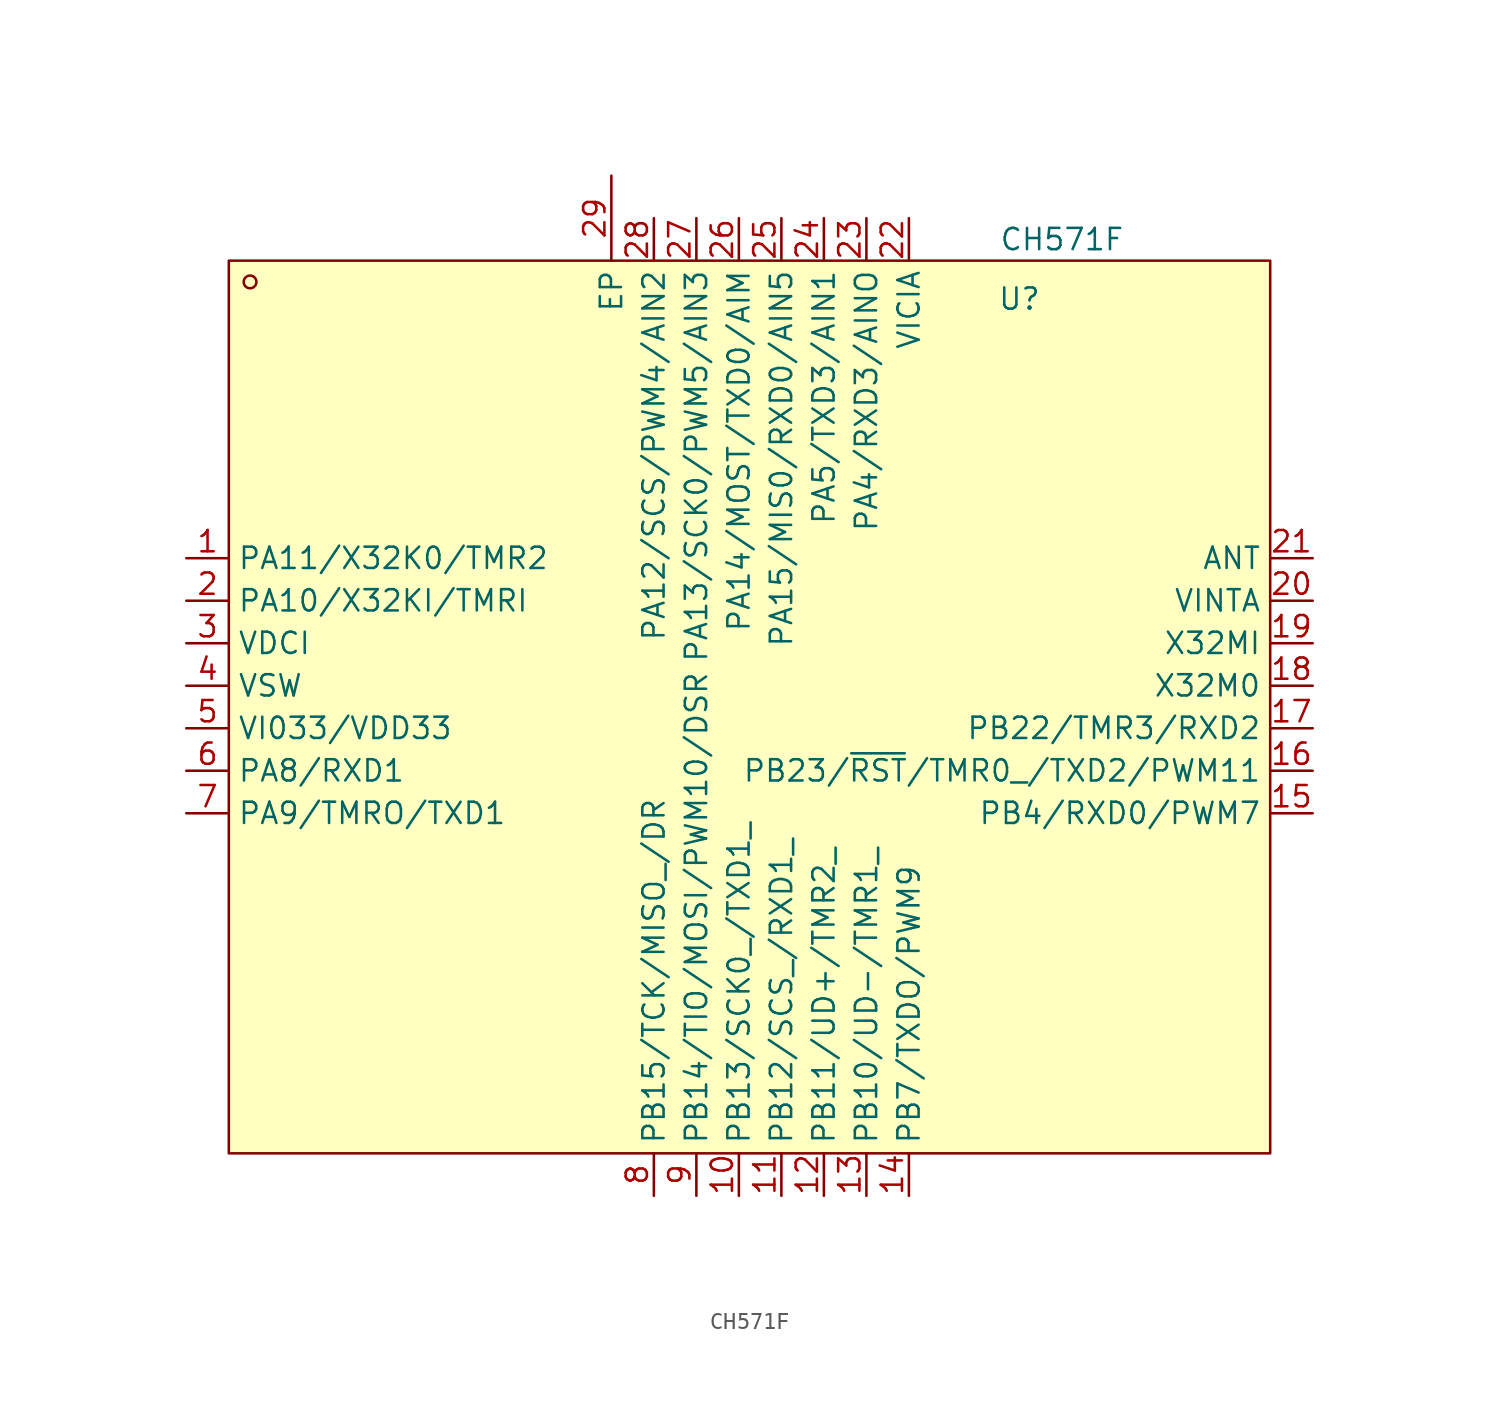
<source format=kicad_sym>
(kicad_symbol_lib
  (version 20231120)
  (generator "kicad_symbol_editor")
  (generator_version "8.0")
  (symbol "CH571F"
    (property "Reference" "U"
      (at 9.144 43.434 0)
      (effects (font (size 1.27 1.27))))
    (property "Value" "CH571F"
      (at 11.684 46.99 0)
      (effects (font (size 1.27 1.27))))
    (symbol "CH571F_0_1"
      (rectangle (start -38.1 45.72) (end 24.13 -7.62) (stroke (width 0) (type default)) (fill (type background)))
      (circle (center -36.83 44.45) (radius 0.38) (stroke (width 0) (type default)) (fill (type none)))
      (pin unspecified line (at -40.64 27.94 0) (length 2.54) (name "PA11/X32K0/TMR2" (effects (font (size 1.27 1.27)))) (number "1" (effects (font (size 1.27 1.27)))))
      (pin unspecified line (at -7.62 -10.16 90) (length 2.54) (name "PB13/SCK0_/TXD1_" (effects (font (size 1.27 1.27)))) (number "10" (effects (font (size 1.27 1.27)))))
      (pin unspecified line (at -5.08 -10.16 90) (length 2.54) (name "PB12/SCS_/RXD1_" (effects (font (size 1.27 1.27)))) (number "11" (effects (font (size 1.27 1.27)))))
      (pin unspecified line (at -2.54 -10.16 90) (length 2.54) (name "PB11/UD+/TMR2_" (effects (font (size 1.27 1.27)))) (number "12" (effects (font (size 1.27 1.27)))))
      (pin unspecified line (at 0 -10.16 90) (length 2.54) (name "PB10/UD-/TMR1_" (effects (font (size 1.27 1.27)))) (number "13" (effects (font (size 1.27 1.27)))))
      (pin unspecified line (at 2.54 -10.16 90) (length 2.54) (name "PB7/TXDO/PWM9" (effects (font (size 1.27 1.27)))) (number "14" (effects (font (size 1.27 1.27)))))
      (pin unspecified line (at 26.67 12.7 180) (length 2.54) (name "PB4/RXD0/PWM7" (effects (font (size 1.27 1.27)))) (number "15" (effects (font (size 1.27 1.27)))))
      (pin unspecified line (at 26.67 15.24 180) (length 2.54) (name "PB23/~{RST}/TMR0_/TXD2/PWM11" (effects (font (size 1.27 1.27)))) (number "16" (effects (font (size 1.27 1.27)))))
      (pin unspecified line (at 26.67 17.78 180) (length 2.54) (name "PB22/TMR3/RXD2" (effects (font (size 1.27 1.27)))) (number "17" (effects (font (size 1.27 1.27)))))
      (pin unspecified line (at 26.67 20.32 180) (length 2.54) (name "X32M0" (effects (font (size 1.27 1.27)))) (number "18" (effects (font (size 1.27 1.27)))))
      (pin unspecified line (at 26.67 22.86 180) (length 2.54) (name "X32MI" (effects (font (size 1.27 1.27)))) (number "19" (effects (font (size 1.27 1.27)))))
      (pin unspecified line (at -40.64 25.4 0) (length 2.54) (name "PA10/X32KI/TMRI" (effects (font (size 1.27 1.27)))) (number "2" (effects (font (size 1.27 1.27)))))
      (pin unspecified line (at 26.67 25.4 180) (length 2.54) (name "VINTA" (effects (font (size 1.27 1.27)))) (number "20" (effects (font (size 1.27 1.27)))))
      (pin unspecified line (at 26.67 27.94 180) (length 2.54) (name "ANT" (effects (font (size 1.27 1.27)))) (number "21" (effects (font (size 1.27 1.27)))))
      (pin unspecified line (at 2.54 48.26 270) (length 2.54) (name "VICIA" (effects (font (size 1.27 1.27)))) (number "22" (effects (font (size 1.27 1.27)))))
      (pin unspecified line (at 0 48.26 270) (length 2.54) (name "PA4/RXD3/AINO" (effects (font (size 1.27 1.27)))) (number "23" (effects (font (size 1.27 1.27)))))
      (pin unspecified line (at -2.54 48.26 270) (length 2.54) (name "PA5/TXD3/AIN1" (effects (font (size 1.27 1.27)))) (number "24" (effects (font (size 1.27 1.27)))))
      (pin unspecified line (at -5.08 48.26 270) (length 2.54) (name "PA15/MIS0/RXD0/AIN5" (effects (font (size 1.27 1.27)))) (number "25" (effects (font (size 1.27 1.27)))))
      (pin unspecified line (at -7.62 48.26 270) (length 2.54) (name "PA14/MOST/TXD0/AIM" (effects (font (size 1.27 1.27)))) (number "26" (effects (font (size 1.27 1.27)))))
      (pin unspecified line (at -10.16 48.26 270) (length 2.54) (name "PA13/SCK0/PWM5/AIN3" (effects (font (size 1.27 1.27)))) (number "27" (effects (font (size 1.27 1.27)))))
      (pin unspecified line (at -12.7 48.26 270) (length 2.54) (name "PA12/SCS/PWM4/AIN2" (effects (font (size 1.27 1.27)))) (number "28" (effects (font (size 1.27 1.27)))))
      (pin unspecified line (at -15.24 50.8 270) (length 5.08) (name "EP" (effects (font (size 1.27 1.27)))) (number "29" (effects (font (size 1.27 1.27)))))
      (pin unspecified line (at -40.64 22.86 0) (length 2.54) (name "VDCI" (effects (font (size 1.27 1.27)))) (number "3" (effects (font (size 1.27 1.27)))))
      (pin unspecified line (at -40.64 20.32 0) (length 2.54) (name "VSW" (effects (font (size 1.27 1.27)))) (number "4" (effects (font (size 1.27 1.27)))))
      (pin unspecified line (at -40.64 17.78 0) (length 2.54) (name "VI033/VDD33" (effects (font (size 1.27 1.27)))) (number "5" (effects (font (size 1.27 1.27)))))
      (pin unspecified line (at -40.64 15.24 0) (length 2.54) (name "PA8/RXD1" (effects (font (size 1.27 1.27)))) (number "6" (effects (font (size 1.27 1.27)))))
      (pin unspecified line (at -40.64 12.7 0) (length 2.54) (name "PA9/TMRO/TXD1" (effects (font (size 1.27 1.27)))) (number "7" (effects (font (size 1.27 1.27)))))
      (pin unspecified line (at -12.7 -10.16 90) (length 2.54) (name "PB15/TCK/MISO_/DR" (effects (font (size 1.27 1.27)))) (number "8" (effects (font (size 1.27 1.27)))))
      (pin unspecified line (at -10.16 -10.16 90) (length 2.54) (name "PB14/TIO/MOSI/PWM10/DSR" (effects (font (size 1.27 1.27)))) (number "9" (effects (font (size 1.27 1.27))))))))
</source>
